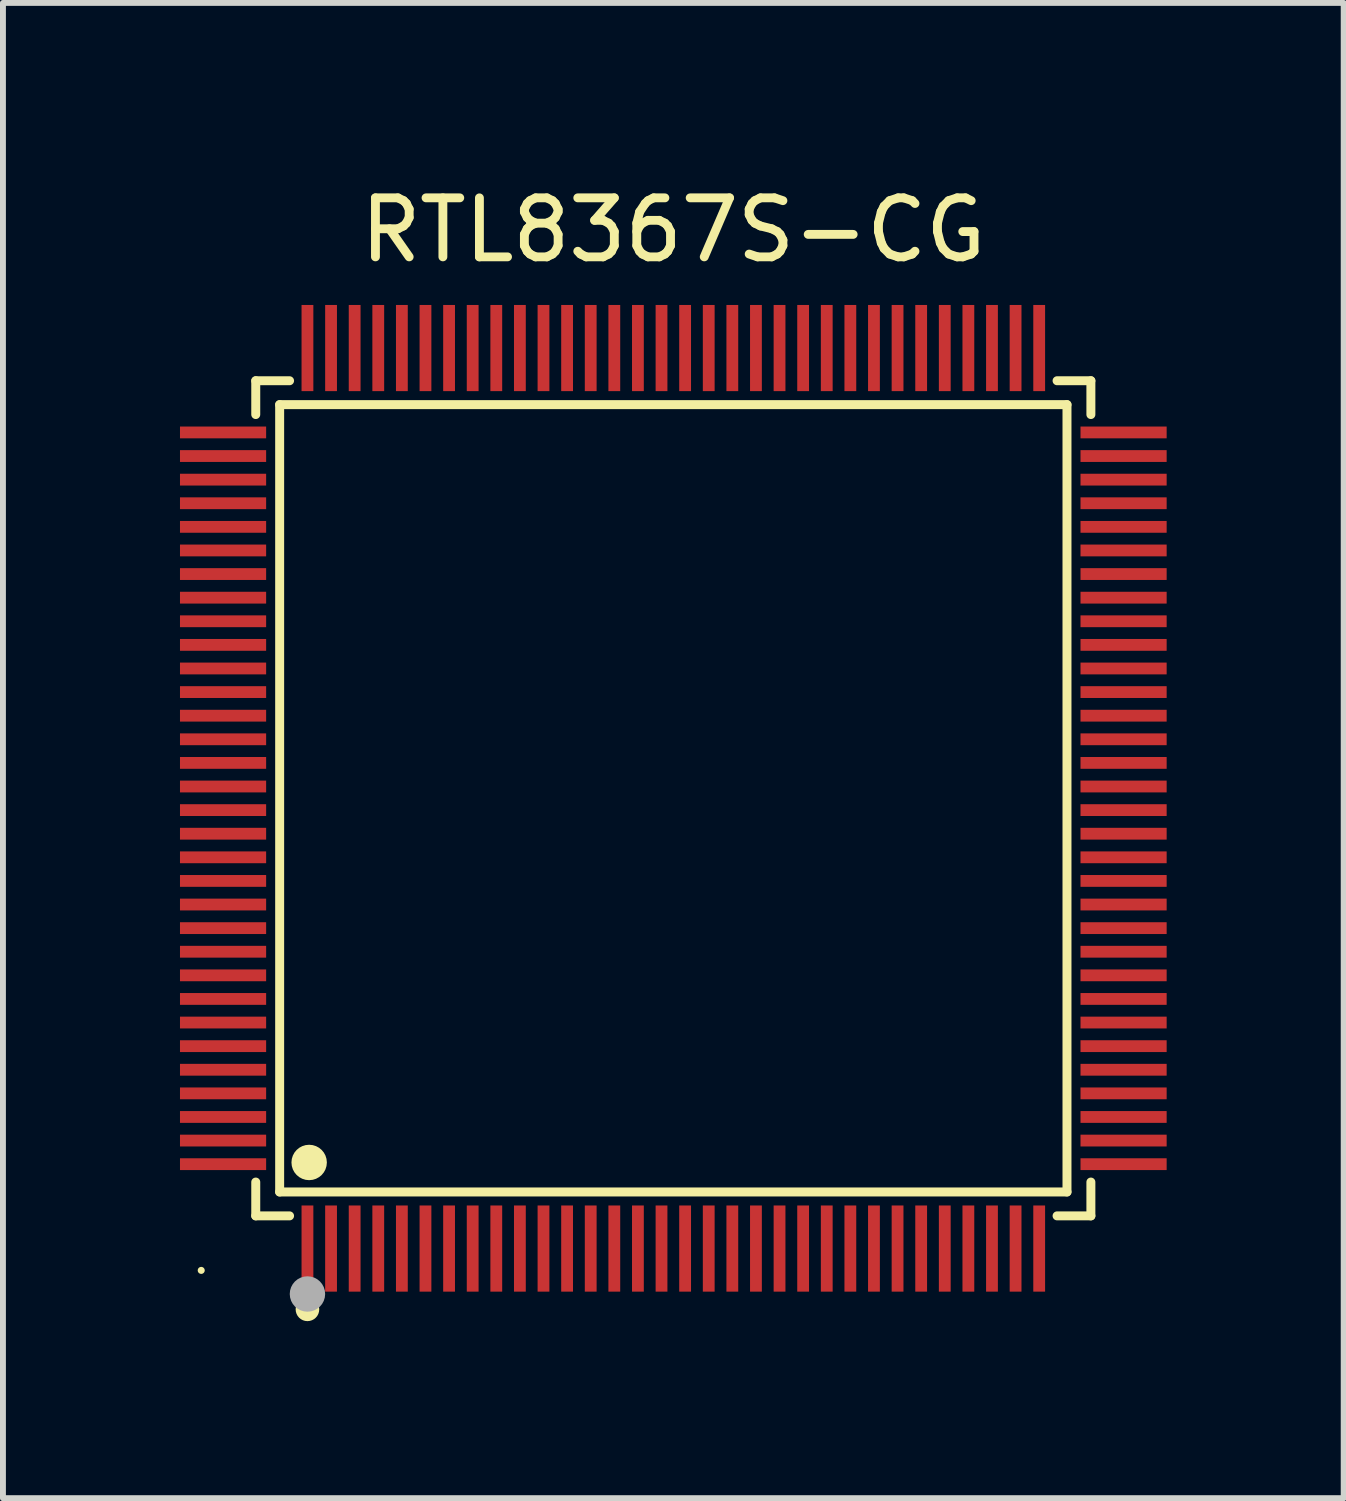
<source format=kicad_pcb>
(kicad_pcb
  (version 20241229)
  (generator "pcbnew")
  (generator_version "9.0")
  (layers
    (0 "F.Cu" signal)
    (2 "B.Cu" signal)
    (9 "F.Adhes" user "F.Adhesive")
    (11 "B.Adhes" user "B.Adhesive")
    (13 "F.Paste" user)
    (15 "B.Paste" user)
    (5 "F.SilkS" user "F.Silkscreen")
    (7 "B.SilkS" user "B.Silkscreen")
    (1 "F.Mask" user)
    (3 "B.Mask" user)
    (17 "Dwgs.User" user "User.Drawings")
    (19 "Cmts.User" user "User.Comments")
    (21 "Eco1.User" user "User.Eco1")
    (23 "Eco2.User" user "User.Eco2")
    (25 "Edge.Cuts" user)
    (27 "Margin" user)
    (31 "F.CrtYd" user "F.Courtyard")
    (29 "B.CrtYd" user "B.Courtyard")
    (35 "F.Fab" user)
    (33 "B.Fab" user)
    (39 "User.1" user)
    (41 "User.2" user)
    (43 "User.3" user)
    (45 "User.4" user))
  (footprint "RTL8367S-CG"
    (layer "F.Cu")
    (at 8.36 10.478)
    (property "Reference" "RTL8367S-CG" (at 0 -9.63 180) (layer "F.SilkS") (effects (font (size 1 1) (thickness 0.15))))
    (attr through_hole)
    (fp_line (start -7.076 -7.076) (end -6.503 -7.076) (stroke (width 0.152) (type solid)) (layer "F.SilkS"))
    (fp_line (start -7.076 -6.503) (end -7.076 -7.076) (stroke (width 0.152) (type solid)) (layer "F.SilkS"))
    (fp_line (start -7.076 6.503) (end -7.076 7.076) (stroke (width 0.152) (type solid)) (layer "F.SilkS"))
    (fp_line (start -7.076 7.076) (end -6.503 7.076) (stroke (width 0.152) (type solid)) (layer "F.SilkS"))
    (fp_line (start -6.671 -6.671) (end 6.671 -6.671) (stroke (width 0.152) (type solid)) (layer "F.SilkS"))
    (fp_line (start -6.671 6.671) (end -6.671 -6.671) (stroke (width 0.152) (type solid)) (layer "F.SilkS"))
    (fp_line (start 6.671 -6.671) (end 6.671 6.671) (stroke (width 0.152) (type solid)) (layer "F.SilkS"))
    (fp_line (start 6.671 6.671) (end -6.671 6.671) (stroke (width 0.152) (type solid)) (layer "F.SilkS"))
    (fp_line (start 7.076 -7.076) (end 6.503 -7.076) (stroke (width 0.152) (type solid)) (layer "F.SilkS"))
    (fp_line (start 7.076 -6.503) (end 7.076 -7.076) (stroke (width 0.152) (type solid)) (layer "F.SilkS"))
    (fp_line (start 7.076 6.503) (end 7.076 7.076) (stroke (width 0.152) (type solid)) (layer "F.SilkS"))
    (fp_line (start 7.076 7.076) (end 6.503 7.076) (stroke (width 0.152) (type solid)) (layer "F.SilkS"))
    (fp_circle (center -8 8) (end -7.97 8) (stroke (width 0.06) (type solid)) (fill no) (layer "F.SilkS"))
    (fp_circle (center -6.2 8.66) (end -6.1 8.66) (stroke (width 0.2) (type solid)) (fill no) (layer "F.SilkS"))
    (fp_circle (center -6.171 6.171) (end -6.021 6.171) (stroke (width 0.3) (type solid)) (fill no) (layer "F.SilkS"))
    (fp_circle (center -6.2 8.4) (end -6.05 8.4) (stroke (width 0.3) (type solid)) (fill no) (layer "F.Fab"))
    (pad "1" smd rect (at -6.2 7.63) (size 0.2 1.46) (layers "F.Cu" "F.Mask" "F.Paste"))
    (pad "2" smd rect (at -5.8 7.63) (size 0.2 1.46) (layers "F.Cu" "F.Mask" "F.Paste"))
    (pad "3" smd rect (at -5.4 7.63) (size 0.2 1.46) (layers "F.Cu" "F.Mask" "F.Paste"))
    (pad "4" smd rect (at -5 7.63) (size 0.2 1.46) (layers "F.Cu" "F.Mask" "F.Paste"))
    (pad "5" smd rect (at -4.6 7.63) (size 0.2 1.46) (layers "F.Cu" "F.Mask" "F.Paste"))
    (pad "6" smd rect (at -4.2 7.63) (size 0.2 1.46) (layers "F.Cu" "F.Mask" "F.Paste"))
    (pad "7" smd rect (at -3.8 7.63) (size 0.2 1.46) (layers "F.Cu" "F.Mask" "F.Paste"))
    (pad "8" smd rect (at -3.4 7.63) (size 0.2 1.46) (layers "F.Cu" "F.Mask" "F.Paste"))
    (pad "9" smd rect (at -3 7.63) (size 0.2 1.46) (layers "F.Cu" "F.Mask" "F.Paste"))
    (pad "10" smd rect (at -2.6 7.63) (size 0.2 1.46) (layers "F.Cu" "F.Mask" "F.Paste"))
    (pad "11" smd rect (at -2.2 7.63) (size 0.2 1.46) (layers "F.Cu" "F.Mask" "F.Paste"))
    (pad "12" smd rect (at -1.8 7.63) (size 0.2 1.46) (layers "F.Cu" "F.Mask" "F.Paste"))
    (pad "13" smd rect (at -1.4 7.63) (size 0.2 1.46) (layers "F.Cu" "F.Mask" "F.Paste"))
    (pad "14" smd rect (at -1 7.63) (size 0.2 1.46) (layers "F.Cu" "F.Mask" "F.Paste"))
    (pad "15" smd rect (at -0.6 7.63) (size 0.2 1.46) (layers "F.Cu" "F.Mask" "F.Paste"))
    (pad "16" smd rect (at -0.2 7.63) (size 0.2 1.46) (layers "F.Cu" "F.Mask" "F.Paste"))
    (pad "17" smd rect (at 0.2 7.63) (size 0.2 1.46) (layers "F.Cu" "F.Mask" "F.Paste"))
    (pad "18" smd rect (at 0.6 7.63) (size 0.2 1.46) (layers "F.Cu" "F.Mask" "F.Paste"))
    (pad "19" smd rect (at 1 7.63) (size 0.2 1.46) (layers "F.Cu" "F.Mask" "F.Paste"))
    (pad "20" smd rect (at 1.4 7.63) (size 0.2 1.46) (layers "F.Cu" "F.Mask" "F.Paste"))
    (pad "21" smd rect (at 1.8 7.63) (size 0.2 1.46) (layers "F.Cu" "F.Mask" "F.Paste"))
    (pad "22" smd rect (at 2.2 7.63) (size 0.2 1.46) (layers "F.Cu" "F.Mask" "F.Paste"))
    (pad "23" smd rect (at 2.6 7.63) (size 0.2 1.46) (layers "F.Cu" "F.Mask" "F.Paste"))
    (pad "24" smd rect (at 3 7.63) (size 0.2 1.46) (layers "F.Cu" "F.Mask" "F.Paste"))
    (pad "25" smd rect (at 3.4 7.63) (size 0.2 1.46) (layers "F.Cu" "F.Mask" "F.Paste"))
    (pad "26" smd rect (at 3.8 7.63) (size 0.2 1.46) (layers "F.Cu" "F.Mask" "F.Paste"))
    (pad "27" smd rect (at 4.2 7.63) (size 0.2 1.46) (layers "F.Cu" "F.Mask" "F.Paste"))
    (pad "28" smd rect (at 4.6 7.63) (size 0.2 1.46) (layers "F.Cu" "F.Mask" "F.Paste"))
    (pad "29" smd rect (at 5 7.63) (size 0.2 1.46) (layers "F.Cu" "F.Mask" "F.Paste"))
    (pad "30" smd rect (at 5.4 7.63) (size 0.2 1.46) (layers "F.Cu" "F.Mask" "F.Paste"))
    (pad "31" smd rect (at 5.8 7.63) (size 0.2 1.46) (layers "F.Cu" "F.Mask" "F.Paste"))
    (pad "32" smd rect (at 6.2 7.63) (size 0.2 1.46) (layers "F.Cu" "F.Mask" "F.Paste"))
    (pad "33" smd rect (at 7.63 6.2) (size 1.46 0.2) (layers "F.Cu" "F.Mask" "F.Paste"))
    (pad "34" smd rect (at 7.63 5.8) (size 1.46 0.2) (layers "F.Cu" "F.Mask" "F.Paste"))
    (pad "35" smd rect (at 7.63 5.4) (size 1.46 0.2) (layers "F.Cu" "F.Mask" "F.Paste"))
    (pad "36" smd rect (at 7.63 5) (size 1.46 0.2) (layers "F.Cu" "F.Mask" "F.Paste"))
    (pad "37" smd rect (at 7.63 4.6) (size 1.46 0.2) (layers "F.Cu" "F.Mask" "F.Paste"))
    (pad "38" smd rect (at 7.63 4.2) (size 1.46 0.2) (layers "F.Cu" "F.Mask" "F.Paste"))
    (pad "39" smd rect (at 7.63 3.8) (size 1.46 0.2) (layers "F.Cu" "F.Mask" "F.Paste"))
    (pad "40" smd rect (at 7.63 3.4) (size 1.46 0.2) (layers "F.Cu" "F.Mask" "F.Paste"))
    (pad "41" smd rect (at 7.63 3) (size 1.46 0.2) (layers "F.Cu" "F.Mask" "F.Paste"))
    (pad "42" smd rect (at 7.63 2.6) (size 1.46 0.2) (layers "F.Cu" "F.Mask" "F.Paste"))
    (pad "43" smd rect (at 7.63 2.2) (size 1.46 0.2) (layers "F.Cu" "F.Mask" "F.Paste"))
    (pad "44" smd rect (at 7.63 1.8) (size 1.46 0.2) (layers "F.Cu" "F.Mask" "F.Paste"))
    (pad "45" smd rect (at 7.63 1.4) (size 1.46 0.2) (layers "F.Cu" "F.Mask" "F.Paste"))
    (pad "46" smd rect (at 7.63 1) (size 1.46 0.2) (layers "F.Cu" "F.Mask" "F.Paste"))
    (pad "47" smd rect (at 7.63 0.6) (size 1.46 0.2) (layers "F.Cu" "F.Mask" "F.Paste"))
    (pad "48" smd rect (at 7.63 0.2) (size 1.46 0.2) (layers "F.Cu" "F.Mask" "F.Paste"))
    (pad "49" smd rect (at 7.63 -0.2) (size 1.46 0.2) (layers "F.Cu" "F.Mask" "F.Paste"))
    (pad "50" smd rect (at 7.63 -0.6) (size 1.46 0.2) (layers "F.Cu" "F.Mask" "F.Paste"))
    (pad "51" smd rect (at 7.63 -1) (size 1.46 0.2) (layers "F.Cu" "F.Mask" "F.Paste"))
    (pad "52" smd rect (at 7.63 -1.4) (size 1.46 0.2) (layers "F.Cu" "F.Mask" "F.Paste"))
    (pad "53" smd rect (at 7.63 -1.8) (size 1.46 0.2) (layers "F.Cu" "F.Mask" "F.Paste"))
    (pad "54" smd rect (at 7.63 -2.2) (size 1.46 0.2) (layers "F.Cu" "F.Mask" "F.Paste"))
    (pad "55" smd rect (at 7.63 -2.6) (size 1.46 0.2) (layers "F.Cu" "F.Mask" "F.Paste"))
    (pad "56" smd rect (at 7.63 -3) (size 1.46 0.2) (layers "F.Cu" "F.Mask" "F.Paste"))
    (pad "57" smd rect (at 7.63 -3.4) (size 1.46 0.2) (layers "F.Cu" "F.Mask" "F.Paste"))
    (pad "58" smd rect (at 7.63 -3.8) (size 1.46 0.2) (layers "F.Cu" "F.Mask" "F.Paste"))
    (pad "59" smd rect (at 7.63 -4.2) (size 1.46 0.2) (layers "F.Cu" "F.Mask" "F.Paste"))
    (pad "60" smd rect (at 7.63 -4.6) (size 1.46 0.2) (layers "F.Cu" "F.Mask" "F.Paste"))
    (pad "61" smd rect (at 7.63 -5) (size 1.46 0.2) (layers "F.Cu" "F.Mask" "F.Paste"))
    (pad "62" smd rect (at 7.63 -5.4) (size 1.46 0.2) (layers "F.Cu" "F.Mask" "F.Paste"))
    (pad "63" smd rect (at 7.63 -5.8) (size 1.46 0.2) (layers "F.Cu" "F.Mask" "F.Paste"))
    (pad "64" smd rect (at 7.63 -6.2) (size 1.46 0.2) (layers "F.Cu" "F.Mask" "F.Paste"))
    (pad "65" smd rect (at 6.2 -7.63) (size 0.2 1.46) (layers "F.Cu" "F.Mask" "F.Paste"))
    (pad "66" smd rect (at 5.8 -7.63) (size 0.2 1.46) (layers "F.Cu" "F.Mask" "F.Paste"))
    (pad "67" smd rect (at 5.4 -7.63) (size 0.2 1.46) (layers "F.Cu" "F.Mask" "F.Paste"))
    (pad "68" smd rect (at 5 -7.63) (size 0.2 1.46) (layers "F.Cu" "F.Mask" "F.Paste"))
    (pad "69" smd rect (at 4.6 -7.63) (size 0.2 1.46) (layers "F.Cu" "F.Mask" "F.Paste"))
    (pad "70" smd rect (at 4.2 -7.63) (size 0.2 1.46) (layers "F.Cu" "F.Mask" "F.Paste"))
    (pad "71" smd rect (at 3.8 -7.63) (size 0.2 1.46) (layers "F.Cu" "F.Mask" "F.Paste"))
    (pad "72" smd rect (at 3.4 -7.63) (size 0.2 1.46) (layers "F.Cu" "F.Mask" "F.Paste"))
    (pad "73" smd rect (at 3 -7.63) (size 0.2 1.46) (layers "F.Cu" "F.Mask" "F.Paste"))
    (pad "74" smd rect (at 2.6 -7.63) (size 0.2 1.46) (layers "F.Cu" "F.Mask" "F.Paste"))
    (pad "75" smd rect (at 2.2 -7.63) (size 0.2 1.46) (layers "F.Cu" "F.Mask" "F.Paste"))
    (pad "76" smd rect (at 1.8 -7.63) (size 0.2 1.46) (layers "F.Cu" "F.Mask" "F.Paste"))
    (pad "77" smd rect (at 1.4 -7.63) (size 0.2 1.46) (layers "F.Cu" "F.Mask" "F.Paste"))
    (pad "78" smd rect (at 1 -7.63) (size 0.2 1.46) (layers "F.Cu" "F.Mask" "F.Paste"))
    (pad "79" smd rect (at 0.6 -7.63) (size 0.2 1.46) (layers "F.Cu" "F.Mask" "F.Paste"))
    (pad "80" smd rect (at 0.2 -7.63) (size 0.2 1.46) (layers "F.Cu" "F.Mask" "F.Paste"))
    (pad "81" smd rect (at -0.2 -7.63) (size 0.2 1.46) (layers "F.Cu" "F.Mask" "F.Paste"))
    (pad "82" smd rect (at -0.6 -7.63) (size 0.2 1.46) (layers "F.Cu" "F.Mask" "F.Paste"))
    (pad "83" smd rect (at -1 -7.63) (size 0.2 1.46) (layers "F.Cu" "F.Mask" "F.Paste"))
    (pad "84" smd rect (at -1.4 -7.63) (size 0.2 1.46) (layers "F.Cu" "F.Mask" "F.Paste"))
    (pad "85" smd rect (at -1.8 -7.63) (size 0.2 1.46) (layers "F.Cu" "F.Mask" "F.Paste"))
    (pad "86" smd rect (at -2.2 -7.63) (size 0.2 1.46) (layers "F.Cu" "F.Mask" "F.Paste"))
    (pad "87" smd rect (at -2.6 -7.63) (size 0.2 1.46) (layers "F.Cu" "F.Mask" "F.Paste"))
    (pad "88" smd rect (at -3 -7.63) (size 0.2 1.46) (layers "F.Cu" "F.Mask" "F.Paste"))
    (pad "89" smd rect (at -3.4 -7.63) (size 0.2 1.46) (layers "F.Cu" "F.Mask" "F.Paste"))
    (pad "90" smd rect (at -3.8 -7.63) (size 0.2 1.46) (layers "F.Cu" "F.Mask" "F.Paste"))
    (pad "91" smd rect (at -4.2 -7.63) (size 0.2 1.46) (layers "F.Cu" "F.Mask" "F.Paste"))
    (pad "92" smd rect (at -4.6 -7.63) (size 0.2 1.46) (layers "F.Cu" "F.Mask" "F.Paste"))
    (pad "93" smd rect (at -5 -7.63) (size 0.2 1.46) (layers "F.Cu" "F.Mask" "F.Paste"))
    (pad "94" smd rect (at -5.4 -7.63) (size 0.2 1.46) (layers "F.Cu" "F.Mask" "F.Paste"))
    (pad "95" smd rect (at -5.8 -7.63) (size 0.2 1.46) (layers "F.Cu" "F.Mask" "F.Paste"))
    (pad "96" smd rect (at -6.2 -7.63) (size 0.2 1.46) (layers "F.Cu" "F.Mask" "F.Paste"))
    (pad "97" smd rect (at -7.63 -6.2) (size 1.46 0.2) (layers "F.Cu" "F.Mask" "F.Paste"))
    (pad "98" smd rect (at -7.63 -5.8) (size 1.46 0.2) (layers "F.Cu" "F.Mask" "F.Paste"))
    (pad "99" smd rect (at -7.63 -5.4) (size 1.46 0.2) (layers "F.Cu" "F.Mask" "F.Paste"))
    (pad "100" smd rect (at -7.63 -5) (size 1.46 0.2) (layers "F.Cu" "F.Mask" "F.Paste"))
    (pad "101" smd rect (at -7.63 -4.6) (size 1.46 0.2) (layers "F.Cu" "F.Mask" "F.Paste"))
    (pad "102" smd rect (at -7.63 -4.2) (size 1.46 0.2) (layers "F.Cu" "F.Mask" "F.Paste"))
    (pad "103" smd rect (at -7.63 -3.8) (size 1.46 0.2) (layers "F.Cu" "F.Mask" "F.Paste"))
    (pad "104" smd rect (at -7.63 -3.4) (size 1.46 0.2) (layers "F.Cu" "F.Mask" "F.Paste"))
    (pad "105" smd rect (at -7.63 -3) (size 1.46 0.2) (layers "F.Cu" "F.Mask" "F.Paste"))
    (pad "106" smd rect (at -7.63 -2.6) (size 1.46 0.2) (layers "F.Cu" "F.Mask" "F.Paste"))
    (pad "107" smd rect (at -7.63 -2.2) (size 1.46 0.2) (layers "F.Cu" "F.Mask" "F.Paste"))
    (pad "108" smd rect (at -7.63 -1.8) (size 1.46 0.2) (layers "F.Cu" "F.Mask" "F.Paste"))
    (pad "109" smd rect (at -7.63 -1.4) (size 1.46 0.2) (layers "F.Cu" "F.Mask" "F.Paste"))
    (pad "110" smd rect (at -7.63 -1) (size 1.46 0.2) (layers "F.Cu" "F.Mask" "F.Paste"))
    (pad "111" smd rect (at -7.63 -0.6) (size 1.46 0.2) (layers "F.Cu" "F.Mask" "F.Paste"))
    (pad "112" smd rect (at -7.63 -0.2) (size 1.46 0.2) (layers "F.Cu" "F.Mask" "F.Paste"))
    (pad "113" smd rect (at -7.63 0.2) (size 1.46 0.2) (layers "F.Cu" "F.Mask" "F.Paste"))
    (pad "114" smd rect (at -7.63 0.6) (size 1.46 0.2) (layers "F.Cu" "F.Mask" "F.Paste"))
    (pad "115" smd rect (at -7.63 1) (size 1.46 0.2) (layers "F.Cu" "F.Mask" "F.Paste"))
    (pad "116" smd rect (at -7.63 1.4) (size 1.46 0.2) (layers "F.Cu" "F.Mask" "F.Paste"))
    (pad "117" smd rect (at -7.63 1.8) (size 1.46 0.2) (layers "F.Cu" "F.Mask" "F.Paste"))
    (pad "118" smd rect (at -7.63 2.2) (size 1.46 0.2) (layers "F.Cu" "F.Mask" "F.Paste"))
    (pad "119" smd rect (at -7.63 2.6) (size 1.46 0.2) (layers "F.Cu" "F.Mask" "F.Paste"))
    (pad "120" smd rect (at -7.63 3) (size 1.46 0.2) (layers "F.Cu" "F.Mask" "F.Paste"))
    (pad "121" smd rect (at -7.63 3.4) (size 1.46 0.2) (layers "F.Cu" "F.Mask" "F.Paste"))
    (pad "122" smd rect (at -7.63 3.8) (size 1.46 0.2) (layers "F.Cu" "F.Mask" "F.Paste"))
    (pad "123" smd rect (at -7.63 4.2) (size 1.46 0.2) (layers "F.Cu" "F.Mask" "F.Paste"))
    (pad "124" smd rect (at -7.63 4.6) (size 1.46 0.2) (layers "F.Cu" "F.Mask" "F.Paste"))
    (pad "125" smd rect (at -7.63 5) (size 1.46 0.2) (layers "F.Cu" "F.Mask" "F.Paste"))
    (pad "126" smd rect (at -7.63 5.4) (size 1.46 0.2) (layers "F.Cu" "F.Mask" "F.Paste"))
    (pad "127" smd rect (at -7.63 5.8) (size 1.46 0.2) (layers "F.Cu" "F.Mask" "F.Paste"))
    (pad "128" smd rect (at -7.63 6.2) (size 1.46 0.2) (layers "F.Cu" "F.Mask" "F.Paste")))
  (gr_rect
    (start -3 -3)
    (end 19.72 22.338)
    (stroke (width 0.1) (type default))
    (fill no)
    (layer "Edge.Cuts")))
</source>
